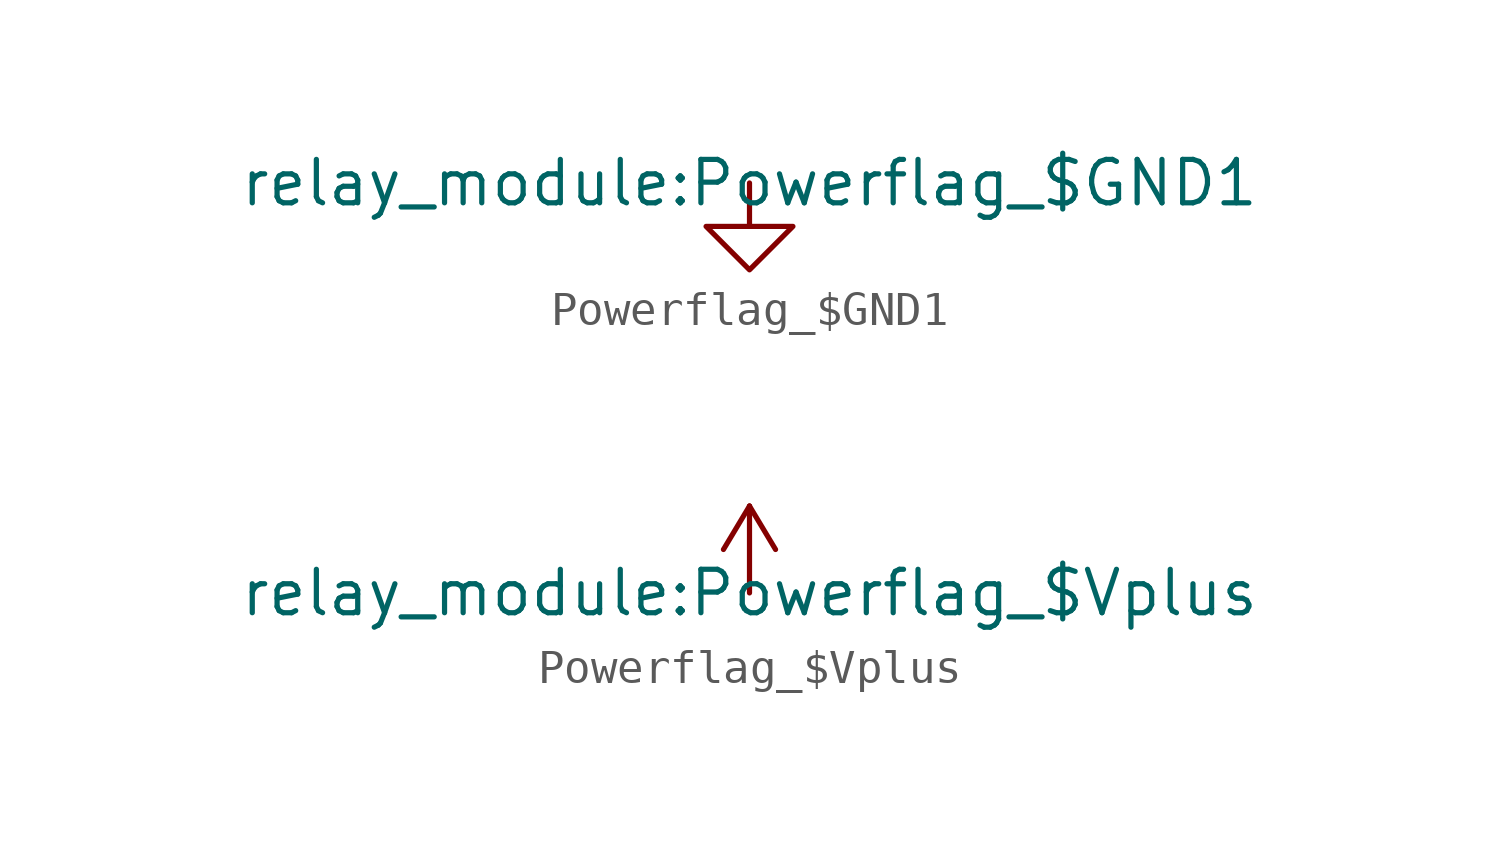
<source format=kicad_sym>
(kicad_symbol_lib
  (version 20211014)
  (generator kicad_symbol_editor)
  (symbol "Powerflag_$GND1"
    (power)
    (pin_names
      (offset 0))
    (property "Reference" "#PWR"
      (at 0 0 0)
      (effects (font (size 1.27 1.27)) hide))
    (property "Value" "relay_module:Powerflag_$GND1"
      (at 0 0 0)
      (effects (font (size 1.27 1.27))))
    (symbol "Powerflag_$GND1_0_1"
      (polyline (pts (xy 0 0) (xy 0 -1.27) (xy 1.27 -1.27) (xy 0 -2.54) (xy -1.27 -1.27) (xy 0 -1.27)) (stroke (width 0) (type default) (color 0 0 0 0)) (fill (type none))))
    (symbol "Powerflag_$GND1_1_1"
      (pin power_in line (at 0 0 0) (length 0) hide (name "GND" (effects (font (size 1.27 1.27)))) (number "1" (effects (font (size 1.27 1.27)))))))
  (symbol "Powerflag_$Vplus"
    (power)
    (pin_names
      (offset 0))
    (property "Reference" "#PWR"
      (at 0 0 0)
      (effects (font (size 1.27 1.27)) hide))
    (property "Value" "relay_module:Powerflag_$Vplus"
      (at 0 0 0)
      (effects (font (size 1.27 1.27))))
    (symbol "Powerflag_$Vplus_0_1"
      (polyline (pts (xy -0.762 1.27) (xy 0 2.54)) (stroke (width 0) (type default) (color 0 0 0 0)) (fill (type none)))
      (polyline (pts (xy 0 0) (xy 0 2.54)) (stroke (width 0) (type default) (color 0 0 0 0)) (fill (type none)))
      (polyline (pts (xy 0 2.54) (xy 0.762 1.27)) (stroke (width 0) (type default) (color 0 0 0 0)) (fill (type none))))
    (symbol "Powerflag_$Vplus_1_1"
      (pin power_in line (at 0 0 0) (length 0) hide (name "+5V" (effects (font (size 1.27 1.27)))) (number "1" (effects (font (size 1.27 1.27))))))))
</source>
